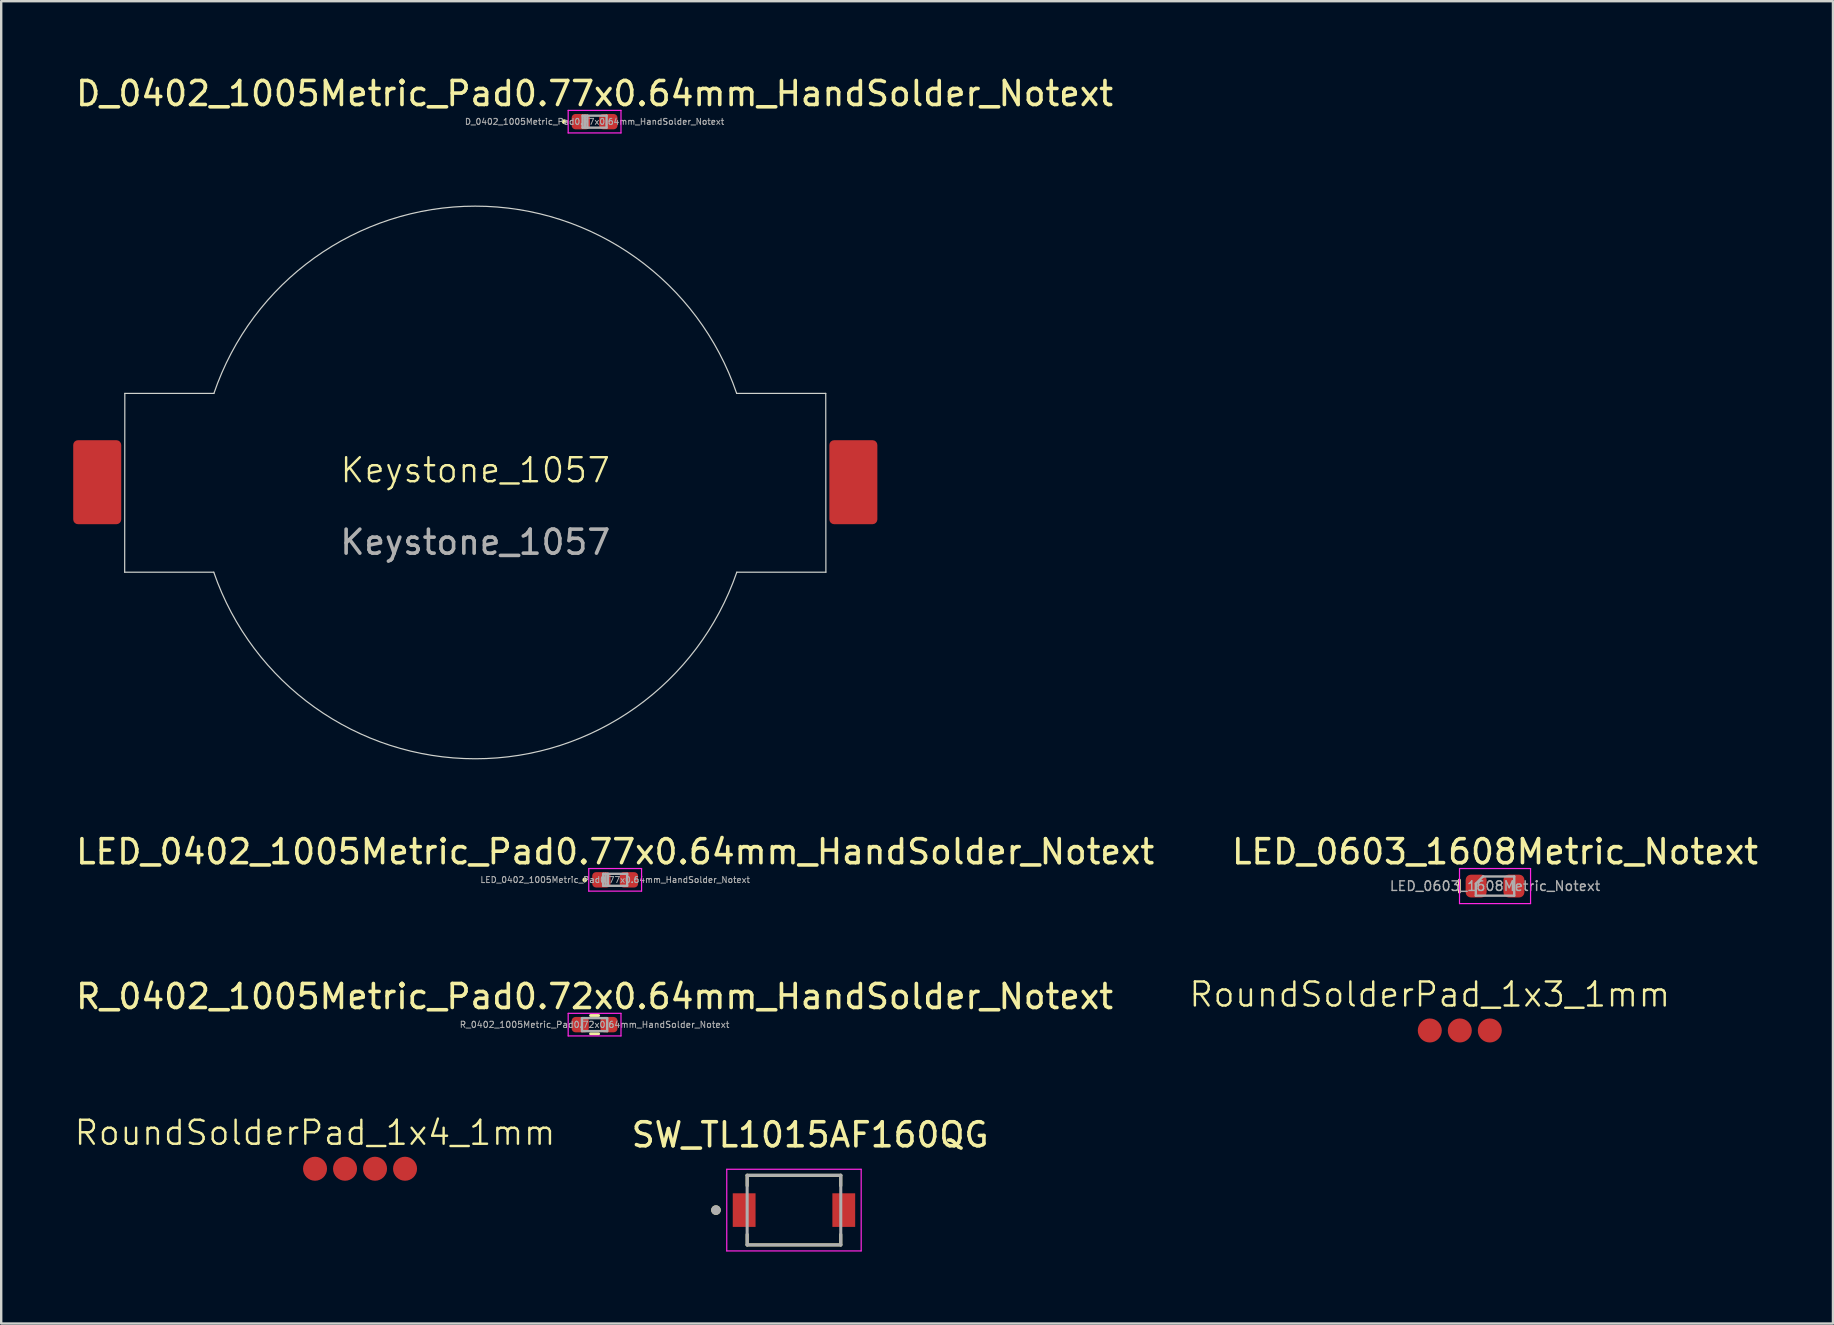
<source format=kicad_pcb>
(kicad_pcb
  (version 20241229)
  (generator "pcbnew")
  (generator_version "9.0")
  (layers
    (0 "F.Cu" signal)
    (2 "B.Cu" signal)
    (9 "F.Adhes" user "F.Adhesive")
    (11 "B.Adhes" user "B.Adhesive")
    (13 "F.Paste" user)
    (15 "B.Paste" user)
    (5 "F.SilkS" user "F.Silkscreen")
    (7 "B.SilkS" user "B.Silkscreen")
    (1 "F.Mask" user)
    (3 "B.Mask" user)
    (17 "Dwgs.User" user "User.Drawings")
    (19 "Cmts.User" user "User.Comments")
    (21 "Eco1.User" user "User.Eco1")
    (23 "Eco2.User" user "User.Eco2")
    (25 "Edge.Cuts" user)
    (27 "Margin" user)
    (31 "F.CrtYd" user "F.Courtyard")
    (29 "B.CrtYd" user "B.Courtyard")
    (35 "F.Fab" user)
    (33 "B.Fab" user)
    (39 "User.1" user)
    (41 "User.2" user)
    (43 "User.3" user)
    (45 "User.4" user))
  (footprint "R_0402_1005Metric_Pad0.72x0.64mm_HandSolder_Notext"
    (layer "F.Cu")
    (at 21.72 39.636)
    (property "Reference" "R_0402_1005Metric_Pad0.72x0.64mm_HandSolder_Notext" (at 0 -1.17 0) (layer "F.SilkS") (effects (font (size 1 1) (thickness 0.15))))
    (attr smd)
    (fp_line (start -0.168 -0.38) (end 0.168 -0.38) (stroke (width 0.12) (type solid)) (layer "F.SilkS"))
    (fp_line (start -0.168 0.38) (end 0.168 0.38) (stroke (width 0.12) (type solid)) (layer "F.SilkS"))
    (fp_line (start -1.1 -0.47) (end 1.1 -0.47) (stroke (width 0.05) (type solid)) (layer "F.CrtYd"))
    (fp_line (start -1.1 0.47) (end -1.1 -0.47) (stroke (width 0.05) (type solid)) (layer "F.CrtYd"))
    (fp_line (start 1.1 -0.47) (end 1.1 0.47) (stroke (width 0.05) (type solid)) (layer "F.CrtYd"))
    (fp_line (start 1.1 0.47) (end -1.1 0.47) (stroke (width 0.05) (type solid)) (layer "F.CrtYd"))
    (fp_line (start -0.525 -0.27) (end 0.525 -0.27) (stroke (width 0.1) (type solid)) (layer "F.Fab"))
    (fp_line (start -0.525 0.27) (end -0.525 -0.27) (stroke (width 0.1) (type solid)) (layer "F.Fab"))
    (fp_line (start 0.525 -0.27) (end 0.525 0.27) (stroke (width 0.1) (type solid)) (layer "F.Fab"))
    (fp_line (start 0.525 0.27) (end -0.525 0.27) (stroke (width 0.1) (type solid)) (layer "F.Fab"))
    (fp_text user "${REFERENCE}" (at 0 0 0) (layer "F.Fab") (effects (font (size 0.26 0.26) (thickness 0.04))))
    (pad "1" smd roundrect (at -0.598 0) (size 0.715 0.64) (layers "F.Cu" "F.Mask" "F.Paste") (roundrect_rratio 0.25))
    (pad "2" smd roundrect (at 0.598 0) (size 0.715 0.64) (layers "F.Cu" "F.Mask" "F.Paste") (roundrect_rratio 0.25)))
  (footprint "LED_0603_1608Metric_Notext"
    (layer "F.Cu")
    (at 59.232 33.863)
    (property "Reference" "LED_0603_1608Metric_Notext" (at 0 -1.43 0) (layer "F.SilkS") (effects (font (size 1 1) (thickness 0.15))))
    (attr smd)
    (fp_line (start -1.485 -0.25) (end -1.485 0.25) (stroke (width 0.12) (type solid)) (layer "F.SilkS"))
    (fp_line (start -1.48 -0.73) (end 1.48 -0.73) (stroke (width 0.05) (type solid)) (layer "F.CrtYd"))
    (fp_line (start -1.48 0.73) (end -1.48 -0.73) (stroke (width 0.05) (type solid)) (layer "F.CrtYd"))
    (fp_line (start 1.48 -0.73) (end 1.48 0.73) (stroke (width 0.05) (type solid)) (layer "F.CrtYd"))
    (fp_line (start 1.48 0.73) (end -1.48 0.73) (stroke (width 0.05) (type solid)) (layer "F.CrtYd"))
    (fp_line (start -0.8 -0.1) (end -0.8 0.4) (stroke (width 0.1) (type solid)) (layer "F.Fab"))
    (fp_line (start -0.8 0.4) (end 0.8 0.4) (stroke (width 0.1) (type solid)) (layer "F.Fab"))
    (fp_line (start -0.5 -0.4) (end -0.8 -0.1) (stroke (width 0.1) (type solid)) (layer "F.Fab"))
    (fp_line (start 0.8 -0.4) (end -0.5 -0.4) (stroke (width 0.1) (type solid)) (layer "F.Fab"))
    (fp_line (start 0.8 0.4) (end 0.8 -0.4) (stroke (width 0.1) (type solid)) (layer "F.Fab"))
    (fp_text user "${REFERENCE}" (at 0 0 0) (layer "F.Fab") (effects (font (size 0.4 0.4) (thickness 0.06))))
    (pad "1" smd roundrect (at -0.787 0) (size 0.875 0.95) (layers "F.Cu" "F.Mask" "F.Paste") (roundrect_rratio 0.25))
    (pad "2" smd roundrect (at 0.787 0) (size 0.875 0.95) (layers "F.Cu" "F.Mask" "F.Paste") (roundrect_rratio 0.25)))
  (footprint "D_0402_1005Metric_Pad0.77x0.64mm_HandSolder_Notext"
    (layer "F.Cu")
    (at 21.72 2.018)
    (property "Reference" "D_0402_1005Metric_Pad0.77x0.64mm_HandSolder_Notext" (at 0 -1.17 0) (layer "F.SilkS") (effects (font (size 1 1) (thickness 0.15))))
    (attr smd)
    (fp_circle (center -1.265 0) (end -1.215 0) (stroke (width 0.1) (type solid)) (fill no) (layer "F.SilkS"))
    (fp_line (start -1.1 -0.47) (end 1.1 -0.47) (stroke (width 0.05) (type solid)) (layer "F.CrtYd"))
    (fp_line (start -1.1 0.47) (end -1.1 -0.47) (stroke (width 0.05) (type solid)) (layer "F.CrtYd"))
    (fp_line (start 1.1 -0.47) (end 1.1 0.47) (stroke (width 0.05) (type solid)) (layer "F.CrtYd"))
    (fp_line (start 1.1 0.47) (end -1.1 0.47) (stroke (width 0.05) (type solid)) (layer "F.CrtYd"))
    (fp_line (start -0.5 -0.25) (end 0.5 -0.25) (stroke (width 0.1) (type solid)) (layer "F.Fab"))
    (fp_line (start -0.5 0.25) (end -0.5 -0.25) (stroke (width 0.1) (type solid)) (layer "F.Fab"))
    (fp_line (start -0.4 0.25) (end -0.4 -0.25) (stroke (width 0.1) (type solid)) (layer "F.Fab"))
    (fp_line (start -0.3 0.25) (end -0.3 -0.25) (stroke (width 0.1) (type solid)) (layer "F.Fab"))
    (fp_line (start 0.5 -0.25) (end 0.5 0.25) (stroke (width 0.1) (type solid)) (layer "F.Fab"))
    (fp_line (start 0.5 0.25) (end -0.5 0.25) (stroke (width 0.1) (type solid)) (layer "F.Fab"))
    (fp_text user "${REFERENCE}" (at 0 0 0) (layer "F.Fab") (effects (font (size 0.25 0.25) (thickness 0.04))))
    (pad "1" smd roundrect (at -0.573 0) (size 0.765 0.64) (layers "F.Cu" "F.Mask" "F.Paste") (roundrect_rratio 0.25))
    (pad "2" smd roundrect (at 0.573 0) (size 0.765 0.64) (layers "F.Cu" "F.Mask" "F.Paste") (roundrect_rratio 0.25)))
  (footprint "RoundSolderPad_1x3_1mm"
    (layer "F.Cu")
    (at 56.514 39.879)
    (property "Reference" "RoundSolderPad_1x3_1mm" (at 0 -1.5 0) (unlocked yes) (layer "F.SilkS") (effects (font (size 1 1) (thickness 0.1))))
    (attr smd)
    (pad "1" smd circle (at 0 0) (size 1 1) (layers "F.Cu" "F.Mask" "F.Paste"))
    (pad "2" smd circle (at 1.25 0) (size 1 1) (layers "F.Cu" "F.Mask" "F.Paste"))
    (pad "3" smd circle (at 2.5 0) (size 1 1) (layers "F.Cu" "F.Mask" "F.Paste")))
  (footprint "LED_0402_1005Metric_Pad0.77x0.64mm_HandSolder_Notext"
    (layer "F.Cu")
    (at 22.577 33.603)
    (property "Reference" "LED_0402_1005Metric_Pad0.77x0.64mm_HandSolder_Notext" (at 0 -1.17 0) (layer "F.SilkS") (effects (font (size 1 1) (thickness 0.15))))
    (attr smd)
    (fp_circle (center -1.265 0) (end -1.215 0) (stroke (width 0.1) (type solid)) (fill no) (layer "F.SilkS"))
    (fp_line (start -1.1 -0.47) (end 1.1 -0.47) (stroke (width 0.05) (type solid)) (layer "F.CrtYd"))
    (fp_line (start -1.1 0.47) (end -1.1 -0.47) (stroke (width 0.05) (type solid)) (layer "F.CrtYd"))
    (fp_line (start 1.1 -0.47) (end 1.1 0.47) (stroke (width 0.05) (type solid)) (layer "F.CrtYd"))
    (fp_line (start 1.1 0.47) (end -1.1 0.47) (stroke (width 0.05) (type solid)) (layer "F.CrtYd"))
    (fp_line (start -0.5 -0.25) (end 0.5 -0.25) (stroke (width 0.1) (type solid)) (layer "F.Fab"))
    (fp_line (start -0.5 0.25) (end -0.5 -0.25) (stroke (width 0.1) (type solid)) (layer "F.Fab"))
    (fp_line (start -0.4 0.25) (end -0.4 -0.25) (stroke (width 0.1) (type solid)) (layer "F.Fab"))
    (fp_line (start -0.3 0.25) (end -0.3 -0.25) (stroke (width 0.1) (type solid)) (layer "F.Fab"))
    (fp_line (start 0.5 -0.25) (end 0.5 0.25) (stroke (width 0.1) (type solid)) (layer "F.Fab"))
    (fp_line (start 0.5 0.25) (end -0.5 0.25) (stroke (width 0.1) (type solid)) (layer "F.Fab"))
    (fp_text user "${REFERENCE}" (at 0 0 0) (layer "F.Fab") (effects (font (size 0.25 0.25) (thickness 0.04))))
    (pad "1" smd roundrect (at -0.573 0) (size 0.765 0.64) (layers "F.Cu" "F.Mask" "F.Paste") (roundrect_rratio 0.25))
    (pad "2" smd roundrect (at 0.573 0) (size 0.765 0.64) (layers "F.Cu" "F.Mask" "F.Paste") (roundrect_rratio 0.25)))
  (footprint "SW_TL1015AF160QG"
    (layer "F.Cu")
    (at 30.026 47.362)
    (property "Reference" "SW_TL1015AF160QG" (at 0.675 -3.135 0) (layer "F.SilkS") (effects (font (size 1 1) (thickness 0.15))))
    (attr smd)
    (fp_line (start -1.95 -1.45) (end 1.95 -1.45) (stroke (width 0.127) (type solid)) (layer "F.SilkS"))
    (fp_line (start -1.95 -1.014) (end -1.95 -1.45) (stroke (width 0.127) (type solid)) (layer "F.SilkS"))
    (fp_line (start -1.95 1.45) (end -1.95 1.014) (stroke (width 0.127) (type solid)) (layer "F.SilkS"))
    (fp_line (start 1.95 -1.45) (end 1.95 -1.014) (stroke (width 0.127) (type solid)) (layer "F.SilkS"))
    (fp_line (start 1.95 1.014) (end 1.95 1.45) (stroke (width 0.127) (type solid)) (layer "F.SilkS"))
    (fp_line (start 1.95 1.45) (end -1.95 1.45) (stroke (width 0.127) (type solid)) (layer "F.SilkS"))
    (fp_circle (center -3.25 0) (end -3.15 0) (stroke (width 0.2) (type solid)) (fill no) (layer "F.SilkS"))
    (fp_line (start -2.8 -1.7) (end 2.8 -1.7) (stroke (width 0.05) (type solid)) (layer "F.CrtYd"))
    (fp_line (start -2.8 1.7) (end -2.8 -1.7) (stroke (width 0.05) (type solid)) (layer "F.CrtYd"))
    (fp_line (start 2.8 -1.7) (end 2.8 1.7) (stroke (width 0.05) (type solid)) (layer "F.CrtYd"))
    (fp_line (start 2.8 1.7) (end -2.8 1.7) (stroke (width 0.05) (type solid)) (layer "F.CrtYd"))
    (fp_line (start -1.95 -1.45) (end 1.95 -1.45) (stroke (width 0.127) (type solid)) (layer "F.Fab"))
    (fp_line (start -1.95 1.45) (end -1.95 -1.45) (stroke (width 0.127) (type solid)) (layer "F.Fab"))
    (fp_line (start 1.95 -1.45) (end 1.95 1.45) (stroke (width 0.127) (type solid)) (layer "F.Fab"))
    (fp_line (start 1.95 1.45) (end -1.95 1.45) (stroke (width 0.127) (type solid)) (layer "F.Fab"))
    (fp_circle (center -3.25 0) (end -3.15 0) (stroke (width 0.2) (type solid)) (fill no) (layer "F.Fab"))
    (pad "1" smd rect (at -2.075 0) (size 0.95 1.4) (layers "F.Cu" "F.Mask" "F.Paste"))
    (pad "2" smd rect (at 2.075 0) (size 0.95 1.4) (layers "F.Cu" "F.Mask" "F.Paste")))
  (footprint "RoundSolderPad_1x4_1mm"
    (layer "F.Cu")
    (at 10.074 45.639)
    (property "Reference" "RoundSolderPad_1x4_1mm" (at 0 -1.5 0) (unlocked yes) (layer "F.SilkS") (effects (font (size 1 1) (thickness 0.1))))
    (attr smd)
    (pad "1" smd circle (at 0 0) (size 1 1) (layers "F.Cu" "F.Mask" "F.Paste"))
    (pad "2" smd circle (at 1.25 0) (size 1 1) (layers "F.Cu" "F.Mask" "F.Paste"))
    (pad "3" smd circle (at 2.5 0) (size 1 1) (layers "F.Cu" "F.Mask" "F.Paste"))
    (pad "4" smd circle (at 3.75 0) (size 1 1) (layers "F.Cu" "F.Mask" "F.Paste")))
  (footprint "Keystone_1057"
    (layer "F.Cu")
    (at 16.75 17.038)
    (property "Reference" "Keystone_1057" (at 0 -0.5 0) (unlocked yes) (layer "F.SilkS") (effects (font (size 1 1) (thickness 0.1))))
    (attr smd)
    (fp_line (start -14.606 3.75) (end -10.894 3.75) (stroke (width 0.05) (type default)) (layer "Edge.Cuts"))
    (fp_line (start -14.6 -3.7) (end -14.606 3.75) (stroke (width 0.05) (type default)) (layer "Edge.Cuts"))
    (fp_line (start -10.889 -3.698) (end -14.6 -3.7) (stroke (width 0.05) (type default)) (layer "Edge.Cuts"))
    (fp_line (start 14.6 -3.7) (end 10.889 -3.7) (stroke (width 0.05) (type default)) (layer "Edge.Cuts"))
    (fp_line (start 14.6 -3.7) (end 14.606 3.75) (stroke (width 0.05) (type default)) (layer "Edge.Cuts"))
    (fp_line (start 14.606 3.75) (end 10.894 3.75) (stroke (width 0.05) (type default)) (layer "Edge.Cuts"))
    (fp_arc (start -10.88912 -3.698253) (mid -0.000923 -11.5) (end 10.888526 -3.7) (stroke (width 0.05) (type default)) (layer "Edge.Cuts"))
    (fp_arc (start 10.894263 3.75) (mid 0 11.521609) (end -10.894263 3.75) (stroke (width 0.05) (type default)) (layer "Edge.Cuts"))
    (fp_text user "${REFERENCE}" (at 0 2.5 0) (unlocked yes) (layer "F.Fab") (effects (font (size 1 1) (thickness 0.15))))
    (pad "1" smd roundrect (at -15.75 0) (size 2 3.5) (layers "F.Cu" "F.Mask" "F.Paste") (roundrect_rratio 0.1))
    (pad "2" smd roundrect (at 15.75 0) (size 2 3.5) (layers "F.Cu" "F.Mask" "F.Paste") (roundrect_rratio 0.1)))
  (gr_rect
    (start -3 -3)
    (end 73.31 52.087)
    (stroke (width 0.1) (type default))
    (fill no)
    (layer "Edge.Cuts")))
</source>
